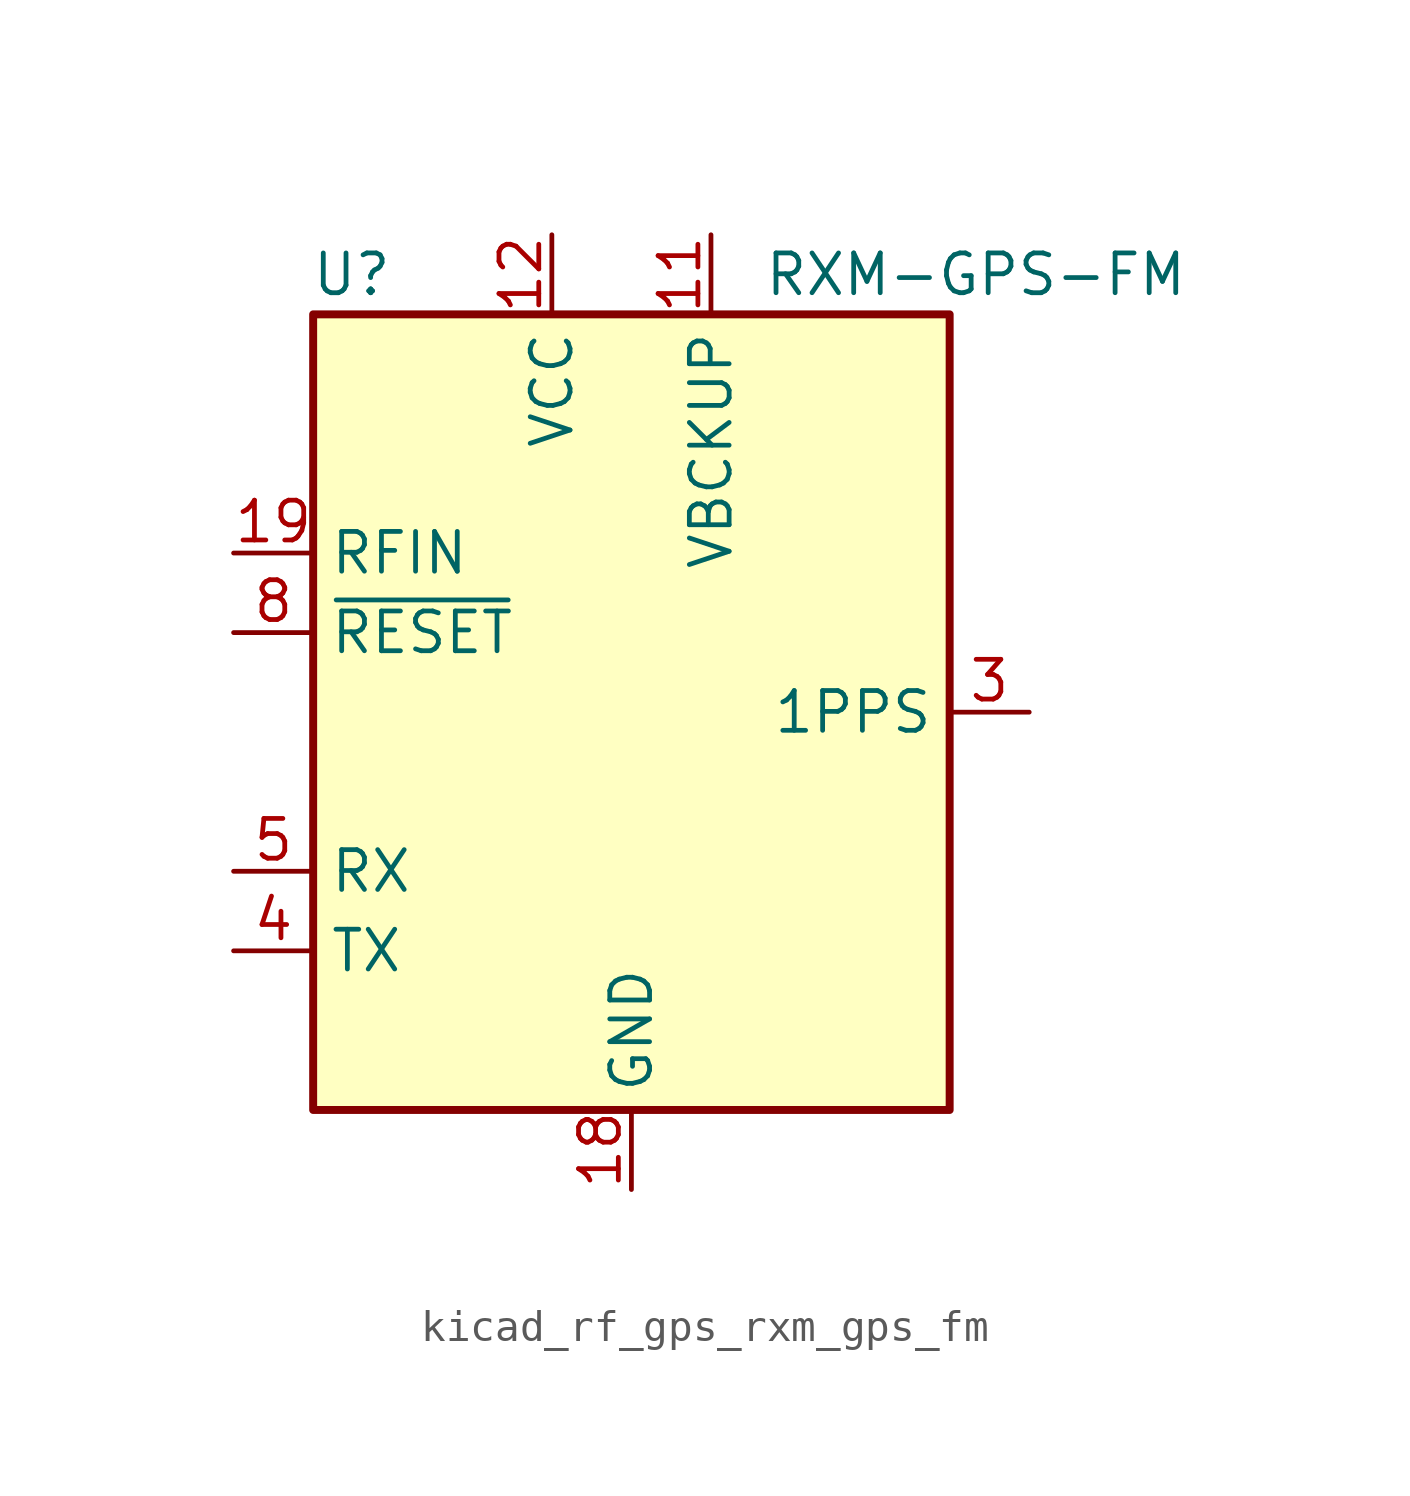
<source format=kicad_sym>
(kicad_symbol_lib
  (version 20220914)
  (generator kicad_symbol_editor)
  (symbol "kicad_rf_gps_rxm_gps_fm"
    (property "Reference" "U"
      (at -7.62 13.97 0)
      (effects (font (size 1.27 1.27)) (justify right)))
    (property "Value" "RXM-GPS-FM"
      (at 17.78 13.97 0)
      (effects (font (size 1.27 1.27)) (justify right)))
    (symbol "kicad_rf_gps_rxm_gps_fm_0_1"
      (rectangle (start 10.16 -12.7) (end -10.16 12.7) (stroke (width 0.254) (type default)) (fill (type background))))
    (symbol "kicad_rf_gps_rxm_gps_fm_1_1"
      (pin no_connect line (at -10.16 10.16 0) (length 2.54) hide (name "NC" (effects (font (size 1.27 1.27)))) (number "1" (effects (font (size 1.27 1.27)))))
      (pin no_connect line (at 10.16 10.16 180) (length 2.54) hide (name "NC" (effects (font (size 1.27 1.27)))) (number "10" (effects (font (size 1.27 1.27)))))
      (pin power_in line (at 2.54 15.24 270) (length 2.54) (name "VBCKUP" (effects (font (size 1.27 1.27)))) (number "11" (effects (font (size 1.27 1.27)))))
      (pin power_in line (at -2.54 15.24 270) (length 2.54) (name "VCC" (effects (font (size 1.27 1.27)))) (number "12" (effects (font (size 1.27 1.27)))))
      (pin no_connect line (at 10.16 7.62 180) (length 2.54) hide (name "NC" (effects (font (size 1.27 1.27)))) (number "13" (effects (font (size 1.27 1.27)))))
      (pin no_connect line (at 10.16 5.08 180) (length 2.54) hide (name "NC" (effects (font (size 1.27 1.27)))) (number "14" (effects (font (size 1.27 1.27)))))
      (pin no_connect line (at 10.16 2.54 180) (length 2.54) hide (name "NC" (effects (font (size 1.27 1.27)))) (number "15" (effects (font (size 1.27 1.27)))))
      (pin no_connect line (at 10.16 -2.54 180) (length 2.54) hide (name "NC" (effects (font (size 1.27 1.27)))) (number "16" (effects (font (size 1.27 1.27)))))
      (pin power_in line (at 0 -15.24 90) (length 2.54) (name "GND" (effects (font (size 1.27 1.27)))) (number "18" (effects (font (size 1.27 1.27)))))
      (pin input line (at -12.7 5.08 0) (length 2.54) (name "RFIN" (effects (font (size 1.27 1.27)))) (number "19" (effects (font (size 1.27 1.27)))))
      (pin no_connect line (at -10.16 7.62 0) (length 2.54) hide (name "NC" (effects (font (size 1.27 1.27)))) (number "2" (effects (font (size 1.27 1.27)))))
      (pin passive line (at 0 -15.24 90) (length 2.54) hide (name "GND" (effects (font (size 1.27 1.27)))) (number "20" (effects (font (size 1.27 1.27)))))
      (pin passive line (at 0 -15.24 90) (length 2.54) hide (name "GND" (effects (font (size 1.27 1.27)))) (number "21" (effects (font (size 1.27 1.27)))))
      (pin passive line (at 0 -15.24 90) (length 2.54) hide (name "GND" (effects (font (size 1.27 1.27)))) (number "22" (effects (font (size 1.27 1.27)))))
      (pin output line (at 12.7 0 180) (length 2.54) (name "1PPS" (effects (font (size 1.27 1.27)))) (number "3" (effects (font (size 1.27 1.27)))))
      (pin output line (at -12.7 -7.62 0) (length 2.54) (name "TX" (effects (font (size 1.27 1.27)))) (number "4" (effects (font (size 1.27 1.27)))))
      (pin input line (at -12.7 -5.08 0) (length 2.54) (name "RX" (effects (font (size 1.27 1.27)))) (number "5" (effects (font (size 1.27 1.27)))))
      (pin no_connect line (at -10.16 0 0) (length 2.54) hide (name "NC" (effects (font (size 1.27 1.27)))) (number "6" (effects (font (size 1.27 1.27)))))
      (pin no_connect line (at -10.16 -2.54 0) (length 2.54) hide (name "NC" (effects (font (size 1.27 1.27)))) (number "7" (effects (font (size 1.27 1.27)))))
      (pin input line (at -12.7 2.54 0) (length 2.54) (name "~{RESET}" (effects (font (size 1.27 1.27)))) (number "8" (effects (font (size 1.27 1.27)))))
      (pin no_connect line (at -10.16 -10.16 0) (length 2.54) hide (name "NC" (effects (font (size 1.27 1.27)))) (number "9" (effects (font (size 1.27 1.27))))))))
</source>
